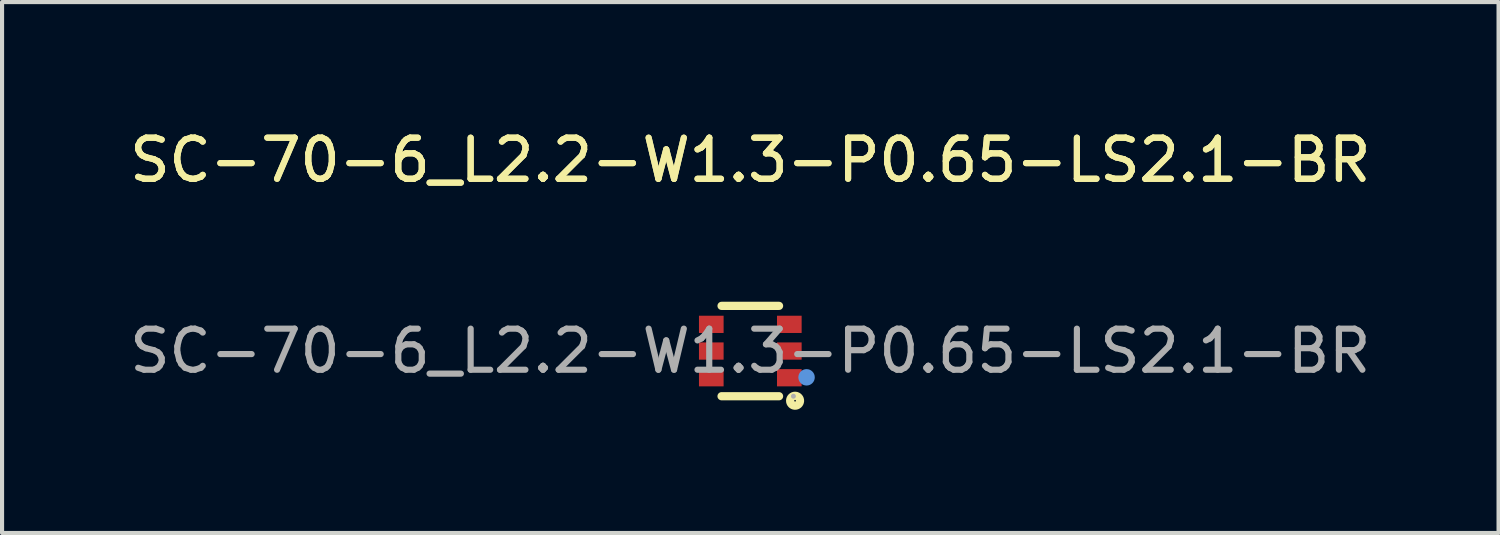
<source format=kicad_pcb>
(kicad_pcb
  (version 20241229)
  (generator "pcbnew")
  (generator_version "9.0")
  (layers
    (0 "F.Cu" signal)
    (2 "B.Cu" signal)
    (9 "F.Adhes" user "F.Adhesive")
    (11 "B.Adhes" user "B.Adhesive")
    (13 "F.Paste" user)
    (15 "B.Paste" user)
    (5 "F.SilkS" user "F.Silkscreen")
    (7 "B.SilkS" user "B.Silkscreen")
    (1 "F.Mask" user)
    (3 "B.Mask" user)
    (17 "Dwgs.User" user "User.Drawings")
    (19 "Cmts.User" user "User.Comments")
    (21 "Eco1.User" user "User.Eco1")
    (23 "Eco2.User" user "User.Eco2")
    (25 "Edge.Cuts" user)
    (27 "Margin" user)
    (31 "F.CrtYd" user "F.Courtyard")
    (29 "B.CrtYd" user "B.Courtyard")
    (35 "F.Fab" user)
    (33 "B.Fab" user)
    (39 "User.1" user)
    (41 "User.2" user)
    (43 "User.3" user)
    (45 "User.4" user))
  (footprint "SC-70-6_L2.2-W1.3-P0.65-LS2.1-BR"
    (layer "F.Cu")
    (at 15.22 5.498)
    (property "Reference" "SC-70-6_L2.2-W1.3-P0.65-LS2.1-BR" (at 0 -4.65 0) (layer "F.SilkS") (effects (font (size 1 1) (thickness 0.15))))
    (attr smd)
    (fp_line (start -0.7 -1.1) (end 0.7 -1.1) (stroke (width 0.2) (type solid)) (layer "F.SilkS"))
    (fp_line (start -0.7 1.1) (end 0.7 1.1) (stroke (width 0.2) (type solid)) (layer "F.SilkS"))
    (fp_arc (start 1.1 1.09) (mid 1.085013 1.330313) (end 1.089966 1.089584) (stroke (width 0.2) (type solid)) (layer "F.SilkS"))
    (fp_circle (center 1.37 0.64) (end 1.47 0.64) (stroke (width 0.2) (type solid)) (fill no) (layer "Cmts.User"))
    (fp_circle (center 1.05 1.1) (end 1.08 1.1) (stroke (width 0.06) (type solid)) (fill no) (layer "F.Fab"))
    (fp_text user "${REFERENCE}" (at 0 -4.65 0) (layer "F.SilkS") (effects (font (size 1 1) (thickness 0.15))))
    (fp_text user "${REFERENCE}" (at 0 0 0) (layer "F.Fab") (effects (font (size 1 1) (thickness 0.15))))
    (pad "1" smd rect (at 0.95 0.65 90) (size 0.42 0.6) (layers "F.Cu" "F.Mask" "F.Paste"))
    (pad "2" smd rect (at 0.95 0 90) (size 0.42 0.6) (layers "F.Cu" "F.Mask" "F.Paste"))
    (pad "3" smd rect (at 0.95 -0.65 90) (size 0.42 0.6) (layers "F.Cu" "F.Mask" "F.Paste"))
    (pad "4" smd rect (at -0.95 -0.65 270) (size 0.42 0.6) (layers "F.Cu" "F.Mask" "F.Paste"))
    (pad "5" smd rect (at -0.95 0 270) (size 0.42 0.6) (layers "F.Cu" "F.Mask" "F.Paste"))
    (pad "6" smd rect (at -0.95 0.65 270) (size 0.42 0.6) (layers "F.Cu" "F.Mask" "F.Paste")))
  (gr_rect
    (start -3 -3)
    (end 33.44 9.929)
    (stroke (width 0.1) (type default))
    (fill no)
    (layer "Edge.Cuts")))
</source>
